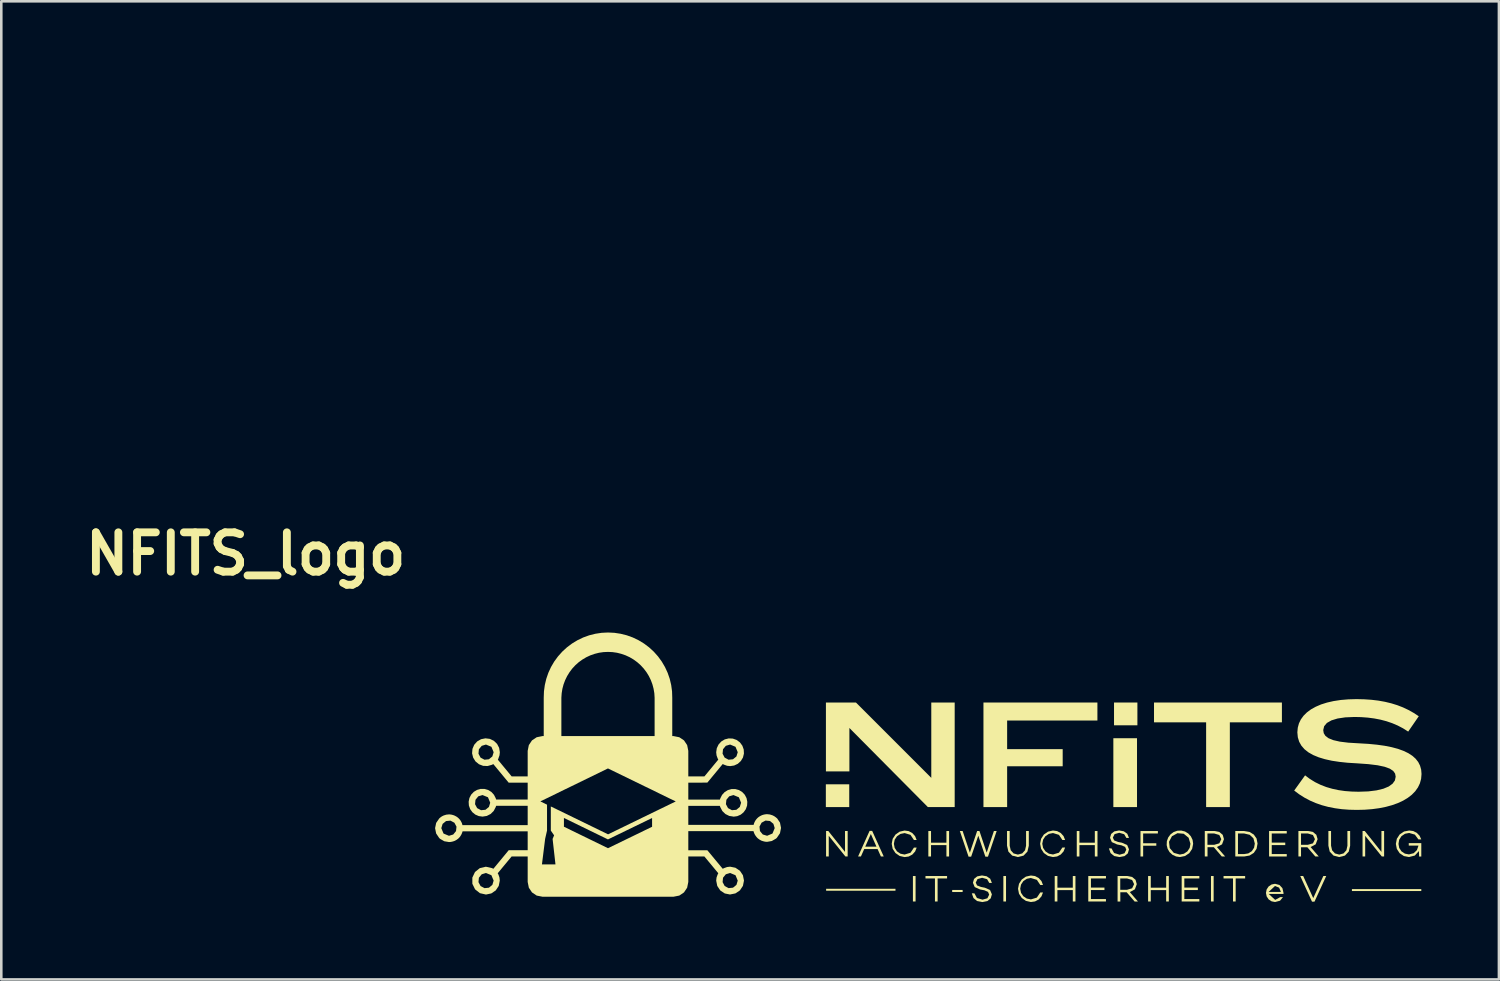
<source format=kicad_pcb>
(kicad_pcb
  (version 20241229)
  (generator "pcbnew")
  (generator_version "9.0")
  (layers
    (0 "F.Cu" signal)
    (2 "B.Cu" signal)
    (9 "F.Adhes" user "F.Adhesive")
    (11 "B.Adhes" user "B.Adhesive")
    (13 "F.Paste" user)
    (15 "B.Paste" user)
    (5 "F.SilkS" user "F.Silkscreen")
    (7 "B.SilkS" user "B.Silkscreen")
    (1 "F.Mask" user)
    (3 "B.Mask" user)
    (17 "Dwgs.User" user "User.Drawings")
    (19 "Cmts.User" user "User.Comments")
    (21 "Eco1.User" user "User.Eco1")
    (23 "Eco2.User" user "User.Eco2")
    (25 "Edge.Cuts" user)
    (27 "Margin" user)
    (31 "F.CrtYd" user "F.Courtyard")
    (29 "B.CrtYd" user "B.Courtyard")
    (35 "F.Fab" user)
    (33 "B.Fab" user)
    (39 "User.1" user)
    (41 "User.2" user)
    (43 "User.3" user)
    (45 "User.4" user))
  (footprint "NFITS_logo"
    (layer "F.Cu")
    (at 6.473 0.25)
    (property "Reference" "NFITS_logo" (at 0 18.168 0) (layer "F.SilkS") (effects (font (size 1.524 1.524) (thickness 0.305))))
    (attr exclude_from_pos_files exclude_from_bom)
    (fp_poly (pts (xy 36.073 28.782) (xy 36.073 28.643) (xy 36.073 28.782)) (stroke (width 0) (type solid)) (fill yes) (layer "F.SilkS"))
    (fp_poly (pts (xy 36.345 28.782) (xy 36.274 28.712) (xy 36.345 28.782)) (stroke (width 0) (type solid)) (fill yes) (layer "F.SilkS"))
    (fp_poly (pts (xy 40.623 31.527) (xy 40.691 31.594) (xy 40.623 31.527)) (stroke (width 0) (type solid)) (fill yes) (layer "F.SilkS"))
    (fp_poly (pts (xy 42.134 31.527) (xy 42.202 31.594) (xy 42.134 31.527)) (stroke (width 0) (type solid)) (fill yes) (layer "F.SilkS"))
    (fp_poly (pts (xy 22.487 27.1) (xy 22.487 27.983) (xy 23.394 27.983) (xy 23.394 27.1) (xy 22.487 27.1)) (stroke (width 0) (type solid)) (fill yes) (layer "F.SilkS"))
    (fp_poly (pts (xy 22.498 31.15) (xy 22.498 31.225) (xy 25.186 31.225) (xy 25.186 31.15) (xy 22.498 31.15)) (stroke (width 0) (type solid)) (fill yes) (layer "F.SilkS"))
    (fp_poly (pts (xy 25.862 30.655) (xy 25.862 31.642) (xy 25.965 31.642) (xy 25.965 30.655) (xy 25.862 30.655)) (stroke (width 0) (type solid)) (fill yes) (layer "F.SilkS"))
    (fp_poly (pts (xy 27.384 31.195) (xy 27.384 31.275) (xy 27.789 31.275) (xy 27.789 31.195) (xy 27.384 31.195)) (stroke (width 0) (type solid)) (fill yes) (layer "F.SilkS"))
    (fp_poly (pts (xy 29.368 30.655) (xy 29.368 31.642) (xy 29.471 31.642) (xy 29.471 30.655) (xy 29.368 30.655)) (stroke (width 0) (type solid)) (fill yes) (layer "F.SilkS"))
    (fp_poly (pts (xy 33.631 25.314) (xy 33.631 27.983) (xy 34.548 27.983) (xy 34.548 25.314) (xy 33.631 25.314)) (stroke (width 0) (type solid)) (fill yes) (layer "F.SilkS"))
    (fp_poly (pts (xy 33.657 23.93) (xy 33.657 24.813) (xy 34.563 24.813) (xy 34.563 23.93) (xy 33.657 23.93)) (stroke (width 0) (type solid)) (fill yes) (layer "F.SilkS"))
    (fp_poly (pts (xy 37.415 30.655) (xy 37.415 31.642) (xy 37.518 31.642) (xy 37.518 30.655) (xy 37.415 30.655)) (stroke (width 0) (type solid)) (fill yes) (layer "F.SilkS"))
    (fp_poly (pts (xy 42.878 31.162) (xy 42.878 31.237) (xy 45.567 31.237) (xy 45.567 31.162) (xy 42.878 31.162)) (stroke (width 0) (type solid)) (fill yes) (layer "F.SilkS"))
    (fp_poly (pts (xy 41.379 31.511) (xy 40.989 30.655) (xy 40.875 30.655) (xy 41.331 31.649) (xy 41.427 31.649) (xy 41.882 30.655) (xy 41.77 30.655) (xy 41.379 31.511)) (stroke (width 0) (type solid)) (fill yes) (layer "F.SilkS"))
    (fp_poly (pts (xy 26.349 30.749) (xy 26.716 30.749) (xy 26.716 31.642) (xy 26.819 31.642) (xy 26.819 30.749) (xy 27.186 30.749) (xy 27.186 30.655) (xy 26.349 30.655) (xy 26.349 30.749)) (stroke (width 0) (type solid)) (fill yes) (layer "F.SilkS"))
    (fp_poly (pts (xy 37.902 30.749) (xy 38.269 30.749) (xy 38.269 31.642) (xy 38.372 31.642) (xy 38.372 30.749) (xy 38.739 30.749) (xy 38.739 30.655) (xy 37.902 30.655) (xy 37.902 30.749)) (stroke (width 0) (type solid)) (fill yes) (layer "F.SilkS"))
    (fp_poly (pts (xy 38.146 27.983) (xy 37.227 27.983) (xy 37.227 24.698) (xy 35.207 24.698) (xy 35.207 23.93) (xy 40.164 23.93) (xy 40.164 24.698) (xy 38.146 24.698) (xy 38.146 27.983)) (stroke (width 0) (type solid)) (fill yes) (layer "F.SilkS"))
    (fp_poly (pts (xy 23.23 29.721) (xy 22.582 28.911) (xy 22.496 28.911) (xy 22.496 29.898) (xy 22.6 29.898) (xy 22.6 29.097) (xy 23.245 29.898) (xy 23.333 29.898) (xy 23.333 28.911) (xy 23.23 28.911) (xy 23.23 29.721)) (stroke (width 0) (type solid)) (fill yes) (layer "F.SilkS"))
    (fp_poly (pts (xy 26.574 23.93) (xy 26.574 26.85) (xy 23.654 23.93) (xy 22.49 23.93) (xy 22.49 26.6) (xy 23.4 26.6) (xy 23.4 24.917) (xy 26.442 27.983) (xy 27.481 27.983) (xy 27.481 23.93) (xy 26.574 23.93)) (stroke (width 0) (type solid)) (fill yes) (layer "F.SilkS"))
    (fp_poly (pts (xy 33.013 23.93) (xy 33.013 24.628) (xy 29.514 24.628) (xy 29.514 25.737) (xy 31.667 25.737) (xy 31.667 26.401) (xy 29.514 26.401) (xy 29.514 27.983) (xy 28.596 27.983) (xy 28.596 23.93) (xy 33.013 23.93)) (stroke (width 0) (type solid)) (fill yes) (layer "F.SilkS"))
    (fp_poly (pts (xy 35.296 29.385) (xy 34.786 29.385) (xy 34.786 29.006) (xy 35.357 29.006) (xy 35.357 28.911) (xy 34.683 28.911) (xy 34.683 29.898) (xy 34.786 29.898) (xy 34.786 29.48) (xy 35.296 29.48) (xy 35.296 29.385)) (stroke (width 0) (type solid)) (fill yes) (layer "F.SilkS"))
    (fp_poly (pts (xy 44.022 29.721) (xy 43.375 28.911) (xy 43.29 28.911) (xy 43.29 29.898) (xy 43.392 29.898) (xy 43.392 29.097) (xy 44.037 29.898) (xy 44.126 29.898) (xy 44.126 28.911) (xy 44.022 28.911) (xy 44.022 29.721)) (stroke (width 0) (type solid)) (fill yes) (layer "F.SilkS"))
    (fp_poly (pts (xy 27.161 29.363) (xy 26.564 29.363) (xy 26.564 28.911) (xy 26.46 28.911) (xy 26.46 29.898) (xy 26.564 29.898) (xy 26.564 29.457) (xy 27.161 29.457) (xy 27.161 29.898) (xy 27.264 29.898) (xy 27.264 28.911) (xy 27.161 28.911) (xy 27.161 29.363)) (stroke (width 0) (type solid)) (fill yes) (layer "F.SilkS"))
    (fp_poly (pts (xy 32.059 31.107) (xy 31.462 31.107) (xy 31.462 30.655) (xy 31.358 30.655) (xy 31.358 31.642) (xy 31.462 31.642) (xy 31.462 31.201) (xy 32.059 31.201) (xy 32.059 31.642) (xy 32.162 31.642) (xy 32.162 30.655) (xy 32.059 30.655) (xy 32.059 31.107)) (stroke (width 0) (type solid)) (fill yes) (layer "F.SilkS"))
    (fp_poly (pts (xy 32.659 31.642) (xy 33.344 31.642) (xy 33.344 31.548) (xy 32.762 31.548) (xy 32.762 31.199) (xy 33.286 31.199) (xy 33.286 31.103) (xy 32.762 31.103) (xy 32.762 30.749) (xy 33.344 30.749) (xy 33.344 30.655) (xy 32.659 30.655) (xy 32.659 31.642)) (stroke (width 0) (type solid)) (fill yes) (layer "F.SilkS"))
    (fp_poly (pts (xy 32.913 29.898) (xy 33.016 29.898) (xy 33.016 28.911) (xy 32.913 28.911) (xy 32.913 29.363) (xy 32.316 29.363) (xy 32.316 28.911) (xy 32.213 28.911) (xy 32.213 29.898) (xy 32.316 29.898) (xy 32.316 29.457) (xy 32.913 29.457) (xy 32.913 29.898)) (stroke (width 0) (type solid)) (fill yes) (layer "F.SilkS"))
    (fp_poly (pts (xy 35.678 31.107) (xy 35.081 31.107) (xy 35.081 30.655) (xy 34.978 30.655) (xy 34.978 31.642) (xy 35.081 31.642) (xy 35.081 31.201) (xy 35.678 31.201) (xy 35.678 31.642) (xy 35.781 31.642) (xy 35.781 30.655) (xy 35.678 30.655) (xy 35.678 31.107)) (stroke (width 0) (type solid)) (fill yes) (layer "F.SilkS"))
    (fp_poly (pts (xy 36.279 31.642) (xy 36.964 31.642) (xy 36.964 31.548) (xy 36.382 31.548) (xy 36.382 31.199) (xy 36.906 31.199) (xy 36.906 31.103) (xy 36.382 31.103) (xy 36.382 30.749) (xy 36.964 30.749) (xy 36.964 30.655) (xy 36.279 30.655) (xy 36.279 31.642)) (stroke (width 0) (type solid)) (fill yes) (layer "F.SilkS"))
    (fp_poly (pts (xy 39.667 29.898) (xy 40.352 29.898) (xy 40.352 29.804) (xy 39.77 29.804) (xy 39.77 29.456) (xy 40.294 29.456) (xy 40.294 29.36) (xy 39.77 29.36) (xy 39.77 29.006) (xy 40.352 29.006) (xy 40.352 28.911) (xy 39.667 28.911) (xy 39.667 29.898)) (stroke (width 0) (type solid)) (fill yes) (layer "F.SilkS"))
    (fp_poly (pts (xy 24.183 28.904) (xy 23.736 29.898) (xy 23.846 29.898) (xy 23.974 29.611) (xy 24.014 29.611) (xy 24.014 29.517) (xy 24.231 29.027) (xy 24.449 29.517) (xy 24.014 29.517) (xy 24.014 29.611) (xy 24.493 29.611) (xy 24.621 29.898) (xy 24.731 29.898) (xy 24.282 28.904) (xy 24.183 28.904)) (stroke (width 0) (type solid)) (fill yes) (layer "F.SilkS"))
    (fp_poly (pts (xy 28.721 29.749) (xy 28.441 28.911) (xy 28.351 28.911) (xy 28.069 29.75) (xy 27.789 28.911) (xy 27.681 28.911) (xy 28.019 29.906) (xy 28.119 29.906) (xy 28.396 29.091) (xy 28.67 29.906) (xy 28.772 29.906) (xy 28.772 29.903) (xy 29.108 28.911) (xy 29.001 28.911) (xy 28.721 29.749)) (stroke (width 0) (type solid)) (fill yes) (layer "F.SilkS"))
    (fp_poly (pts (xy 30.354 29.479) (xy 30.354 28.911) (xy 30.248 28.911) (xy 30.248 29.479) (xy 30.208 29.656) (xy 30.097 29.779) (xy 29.931 29.824) (xy 29.764 29.779) (xy 29.653 29.656) (xy 29.613 29.479) (xy 29.613 28.911) (xy 29.51 28.911) (xy 29.51 29.479) (xy 29.563 29.709) (xy 29.709 29.863) (xy 29.93 29.92) (xy 30.151 29.864) (xy 30.3 29.709) (xy 30.354 29.479)) (stroke (width 0) (type solid)) (fill yes) (layer "F.SilkS"))
    (fp_poly (pts (xy 42.704 29.479) (xy 42.664 29.656) (xy 42.553 29.779) (xy 42.386 29.824) (xy 42.22 29.779) (xy 42.109 29.656) (xy 42.069 29.479) (xy 42.069 28.911) (xy 41.966 28.911) (xy 41.966 29.479) (xy 42.018 29.709) (xy 42.165 29.863) (xy 42.385 29.92) (xy 42.607 29.863) (xy 42.755 29.709) (xy 42.809 29.479) (xy 42.809 28.911) (xy 42.703 28.911) (xy 42.704 29.479)) (stroke (width 0) (type solid)) (fill yes) (layer "F.SilkS"))
    (fp_poly (pts (xy 34.539 30.97) (xy 34.491 30.801) (xy 34.359 30.692) (xy 34.162 30.653) (xy 33.795 30.653) (xy 33.795 31.644) (xy 33.898 31.644) (xy 33.898 31.189) (xy 33.898 30.749) (xy 34.16 30.749) (xy 34.358 30.808) (xy 34.436 30.97) (xy 34.358 31.131) (xy 34.16 31.189) (xy 33.898 31.189) (xy 33.898 31.644) (xy 33.901 31.644) (xy 33.901 31.285) (xy 34.147 31.285) (xy 34.456 31.644) (xy 34.585 31.644) (xy 34.268 31.277) (xy 34.465 31.171) (xy 34.539 30.97)) (stroke (width 0) (type solid)) (fill yes) (layer "F.SilkS"))
    (fp_poly (pts (xy 37.645 29.531) (xy 37.844 29.427) (xy 37.918 29.226) (xy 37.87 29.058) (xy 37.739 28.948) (xy 37.542 28.909) (xy 37.175 28.909) (xy 37.175 29.898) (xy 37.278 29.898) (xy 37.278 29.445) (xy 37.278 29.006) (xy 37.54 29.006) (xy 37.737 29.064) (xy 37.815 29.226) (xy 37.738 29.388) (xy 37.54 29.445) (xy 37.278 29.445) (xy 37.278 29.898) (xy 37.281 29.898) (xy 37.281 29.539) (xy 37.526 29.539) (xy 37.835 29.898) (xy 37.965 29.898) (xy 37.645 29.531)) (stroke (width 0) (type solid)) (fill yes) (layer "F.SilkS"))
    (fp_poly (pts (xy 38.701 28.911) (xy 38.358 28.911) (xy 38.358 29.898) (xy 38.701 29.898) (xy 38.701 29.804) (xy 38.461 29.804) (xy 38.461 29.006) (xy 38.701 29.006) (xy 38.916 29.057) (xy 39.061 29.195) (xy 39.114 29.398) (xy 39.086 29.557) (xy 38.997 29.692) (xy 38.86 29.779) (xy 38.701 29.804) (xy 38.701 29.898) (xy 38.911 29.861) (xy 39.075 29.758) (xy 39.182 29.6) (xy 39.22 29.397) (xy 39.182 29.201) (xy 39.075 29.048) (xy 38.911 28.947) (xy 38.701 28.911)) (stroke (width 0) (type solid)) (fill yes) (layer "F.SilkS"))
    (fp_poly (pts (xy 40.905 29.54) (xy 41.15 29.54) (xy 41.169 29.562) (xy 41.169 29.445) (xy 40.905 29.445) (xy 40.905 29.006) (xy 41.169 29.006) (xy 41.367 29.064) (xy 41.445 29.226) (xy 41.368 29.388) (xy 41.169 29.445) (xy 41.169 29.562) (xy 41.46 29.898) (xy 41.593 29.898) (xy 41.275 29.531) (xy 41.473 29.427) (xy 41.548 29.226) (xy 41.499 29.058) (xy 41.368 28.948) (xy 41.172 28.909) (xy 40.804 28.909) (xy 40.804 29.898) (xy 40.905 29.898) (xy 40.905 29.54)) (stroke (width 0) (type solid)) (fill yes) (layer "F.SilkS"))
    (fp_poly (pts (xy 39.899 30.956) (xy 39.764 30.983) (xy 39.649 31.06) (xy 39.573 31.174) (xy 39.546 31.31) (xy 39.573 31.445) (xy 39.649 31.56) (xy 39.651 31.561) (xy 39.651 31.271) (xy 39.897 31.041) (xy 40.056 31.106) (xy 40.126 31.271) (xy 39.651 31.271) (xy 39.651 31.561) (xy 39.764 31.636) (xy 39.899 31.663) (xy 40.092 31.612) (xy 40.204 31.474) (xy 40.098 31.474) (xy 39.904 31.58) (xy 39.653 31.35) (xy 40.22 31.35) (xy 40.22 31.348) (xy 40.226 31.35) (xy 40.226 31.309) (xy 40.184 31.125) (xy 40.069 31.002) (xy 39.899 30.956)) (stroke (width 0) (type solid)) (fill yes) (layer "F.SilkS"))
    (fp_poly (pts (xy 25.538 28.989) (xy 25.767 29.059) (xy 25.901 29.258) (xy 26.006 29.258) (xy 25.946 29.109) (xy 25.839 28.99) (xy 25.697 28.914) (xy 25.538 28.892) (xy 25.346 28.936) (xy 25.185 29.049) (xy 25.077 29.214) (xy 25.04 29.407) (xy 25.077 29.6) (xy 25.185 29.764) (xy 25.346 29.877) (xy 25.538 29.921) (xy 25.698 29.899) (xy 25.84 29.823) (xy 25.948 29.703) (xy 26.008 29.553) (xy 25.902 29.553) (xy 25.769 29.753) (xy 25.539 29.822) (xy 25.38 29.79) (xy 25.245 29.7) (xy 25.155 29.565) (xy 25.124 29.406) (xy 25.155 29.247) (xy 25.245 29.113) (xy 25.38 29.023) (xy 25.539 28.991) (xy 25.538 28.989)) (stroke (width 0) (type solid)) (fill yes) (layer "F.SilkS"))
    (fp_poly (pts (xy 31.761 29.551) (xy 31.655 29.551) (xy 31.522 29.751) (xy 31.292 29.82) (xy 31.133 29.789) (xy 30.998 29.698) (xy 30.908 29.564) (xy 30.876 29.405) (xy 30.908 29.246) (xy 30.998 29.111) (xy 31.133 29.021) (xy 31.292 28.989) (xy 31.522 29.059) (xy 31.655 29.258) (xy 31.761 29.258) (xy 31.701 29.108) (xy 31.593 28.988) (xy 31.45 28.913) (xy 31.29 28.891) (xy 31.29 28.891) (xy 31.098 28.935) (xy 30.937 29.047) (xy 30.83 29.212) (xy 30.792 29.405) (xy 30.83 29.598) (xy 30.937 29.763) (xy 31.098 29.875) (xy 31.29 29.919) (xy 31.45 29.897) (xy 31.593 29.821) (xy 31.701 29.701) (xy 31.761 29.551)) (stroke (width 0) (type solid)) (fill yes) (layer "F.SilkS"))
    (fp_poly (pts (xy 28.545 30.723) (xy 28.737 30.777) (xy 28.821 30.922) (xy 28.923 30.922) (xy 28.857 30.76) (xy 28.721 30.665) (xy 28.538 30.633) (xy 28.354 30.669) (xy 28.232 30.767) (xy 28.188 30.916) (xy 28.257 31.083) (xy 28.461 31.175) (xy 28.633 31.208) (xy 28.773 31.27) (xy 28.818 31.376) (xy 28.749 31.518) (xy 28.56 31.571) (xy 28.344 31.507) (xy 28.246 31.327) (xy 28.145 31.327) (xy 28.209 31.509) (xy 28.349 31.624) (xy 28.555 31.664) (xy 28.749 31.626) (xy 28.876 31.522) (xy 28.923 31.365) (xy 28.851 31.196) (xy 28.649 31.108) (xy 28.499 31.078) (xy 28.349 31.02) (xy 28.297 30.91) (xy 28.365 30.774) (xy 28.545 30.723)) (stroke (width 0) (type solid)) (fill yes) (layer "F.SilkS"))
    (fp_poly (pts (xy 34.237 29.621) (xy 34.166 29.452) (xy 33.962 29.364) (xy 33.813 29.335) (xy 33.663 29.276) (xy 33.611 29.167) (xy 33.679 29.03) (xy 33.86 28.979) (xy 34.051 29.034) (xy 34.135 29.178) (xy 34.237 29.178) (xy 34.171 29.017) (xy 34.035 28.921) (xy 33.852 28.889) (xy 33.667 28.925) (xy 33.546 29.024) (xy 33.502 29.172) (xy 33.571 29.34) (xy 33.775 29.431) (xy 33.947 29.465) (xy 34.087 29.526) (xy 34.132 29.633) (xy 34.063 29.774) (xy 33.874 29.828) (xy 33.658 29.763) (xy 33.56 29.584) (xy 33.459 29.584) (xy 33.523 29.765) (xy 33.663 29.88) (xy 33.87 29.92) (xy 34.064 29.883) (xy 34.191 29.779) (xy 34.237 29.621)) (stroke (width 0) (type solid)) (fill yes) (layer "F.SilkS"))
    (fp_poly (pts (xy 30.436 30.733) (xy 30.665 30.802) (xy 30.799 31.002) (xy 30.904 31.002) (xy 30.845 30.852) (xy 30.737 30.732) (xy 30.594 30.656) (xy 30.434 30.635) (xy 30.434 30.635) (xy 30.242 30.678) (xy 30.081 30.791) (xy 29.974 30.956) (xy 29.936 31.149) (xy 29.974 31.342) (xy 30.081 31.506) (xy 30.242 31.619) (xy 30.434 31.663) (xy 30.434 31.663) (xy 30.594 31.64) (xy 30.737 31.564) (xy 30.845 31.443) (xy 30.904 31.292) (xy 30.799 31.292) (xy 30.665 31.492) (xy 30.436 31.561) (xy 30.277 31.529) (xy 30.142 31.439) (xy 30.052 31.305) (xy 30.02 31.146) (xy 30.052 30.987) (xy 30.142 30.852) (xy 30.277 30.762) (xy 30.436 30.73) (xy 30.436 30.733)) (stroke (width 0) (type solid)) (fill yes) (layer "F.SilkS"))
    (fp_poly (pts (xy 9.313 31.373) (xy 9.257 31.36) (xy 9.257 31.125) (xy 9.428 31.108) (xy 9.561 30.998) (xy 9.611 30.833) (xy 9.523 30.623) (xy 9.313 30.537) (xy 9.148 30.588) (xy 9.039 30.721) (xy 9.023 30.893) (xy 9.105 31.044) (xy 9.257 31.125) (xy 9.257 31.36) (xy 9.079 31.32) (xy 8.891 31.171) (xy 8.786 30.956) (xy 8.785 30.716) (xy 8.888 30.499) (xy 9.075 30.349) (xy 9.309 30.294) (xy 9.543 30.347) (xy 9.601 30.374) (xy 10.195 29.654) (xy 11.372 29.654) (xy 11.372 29.898) (xy 10.307 29.898) (xy 9.768 30.548) (xy 9.796 30.597) (xy 9.836 30.712) (xy 9.849 30.833) (xy 9.808 31.039) (xy 9.692 31.213) (xy 9.519 31.33) (xy 9.313 31.373)) (stroke (width 0) (type solid)) (fill yes) (layer "F.SilkS"))
    (fp_poly (pts (xy 36.724 29.405) (xy 36.702 29.255) (xy 36.637 29.119) (xy 36.536 29.007) (xy 36.407 28.929) (xy 36.26 28.893) (xy 36.109 28.9) (xy 35.967 28.951) (xy 35.846 29.041) (xy 35.756 29.163) (xy 35.705 29.305) (xy 35.698 29.456) (xy 35.735 29.602) (xy 35.812 29.731) (xy 35.924 29.833) (xy 36.061 29.897) (xy 36.207 29.919) (xy 36.207 29.823) (xy 36.209 29.823) (xy 35.974 29.757) (xy 35.816 29.57) (xy 35.789 29.328) (xy 35.902 29.112) (xy 36.116 28.995) (xy 36.359 29.017) (xy 36.548 29.171) (xy 36.619 29.405) (xy 36.59 29.564) (xy 36.501 29.7) (xy 36.366 29.791) (xy 36.207 29.823) (xy 36.207 29.919) (xy 36.21 29.919) (xy 36.407 29.88) (xy 36.574 29.769) (xy 36.685 29.602) (xy 36.724 29.405)) (stroke (width 0) (type solid)) (fill yes) (layer "F.SilkS"))
    (fp_poly (pts (xy 45.567 29.381) (xy 45.081 29.381) (xy 45.081 29.475) (xy 45.458 29.475) (xy 45.398 29.65) (xy 45.272 29.771) (xy 45.088 29.817) (xy 44.931 29.787) (xy 44.799 29.699) (xy 44.711 29.566) (xy 44.683 29.409) (xy 44.71 29.247) (xy 44.799 29.109) (xy 44.935 29.017) (xy 45.097 28.986) (xy 45.318 29.05) (xy 45.455 29.236) (xy 45.566 29.236) (xy 45.501 29.094) (xy 45.393 28.982) (xy 45.253 28.911) (xy 45.098 28.891) (xy 45.098 28.891) (xy 44.899 28.929) (xy 44.73 29.042) (xy 44.619 29.211) (xy 44.581 29.411) (xy 44.619 29.606) (xy 44.729 29.772) (xy 44.895 29.882) (xy 45.091 29.919) (xy 45.317 29.861) (xy 45.474 29.688) (xy 45.483 29.9) (xy 45.567 29.9) (xy 45.567 29.406) (xy 45.567 29.381)) (stroke (width 0) (type solid)) (fill yes) (layer "F.SilkS"))
    (fp_poly (pts (xy 18.776 31.372) (xy 18.717 31.36) (xy 18.717 31.124) (xy 18.889 31.107) (xy 19.022 30.998) (xy 19.072 30.833) (xy 18.985 30.624) (xy 18.776 30.537) (xy 18.611 30.587) (xy 18.502 30.72) (xy 18.485 30.891) (xy 18.566 31.043) (xy 18.717 31.124) (xy 18.717 31.36) (xy 18.57 31.331) (xy 18.395 31.214) (xy 18.278 31.039) (xy 18.237 30.833) (xy 18.251 30.711) (xy 18.293 30.595) (xy 18.318 30.547) (xy 17.78 29.898) (xy 16.717 29.898) (xy 16.717 29.656) (xy 17.894 29.656) (xy 18.49 30.374) (xy 18.548 30.346) (xy 18.659 30.307) (xy 18.776 30.293) (xy 18.982 30.334) (xy 19.156 30.451) (xy 19.273 30.625) (xy 19.314 30.831) (xy 19.273 31.037) (xy 19.156 31.212) (xy 18.982 31.329) (xy 18.776 31.37) (xy 18.776 31.372)) (stroke (width 0) (type solid)) (fill yes) (layer "F.SilkS"))
    (fp_poly (pts (xy 10.193 27.036) (xy 9.598 26.316) (xy 9.54 26.345) (xy 9.54 26.345) (xy 9.374 26.392) (xy 9.256 26.386) (xy 9.256 26.147) (xy 9.427 26.13) (xy 9.56 26.021) (xy 9.611 25.856) (xy 9.524 25.646) (xy 9.313 25.559) (xy 9.149 25.609) (xy 9.039 25.742) (xy 9.023 25.914) (xy 9.104 26.066) (xy 9.256 26.147) (xy 9.256 26.386) (xy 9.202 26.384) (xy 9.041 26.322) (xy 8.907 26.212) (xy 8.816 26.065) (xy 8.775 25.898) (xy 8.79 25.726) (xy 8.858 25.567) (xy 8.973 25.438) (xy 9.123 25.352) (xy 9.292 25.318) (xy 9.463 25.339) (xy 9.619 25.414) (xy 9.744 25.534) (xy 9.824 25.687) (xy 9.851 25.857) (xy 9.838 25.976) (xy 9.798 26.088) (xy 9.798 26.092) (xy 9.775 26.148) (xy 10.309 26.794) (xy 11.372 26.794) (xy 11.372 27.036) (xy 10.193 27.036)) (stroke (width 0) (type solid)) (fill yes) (layer "F.SilkS"))
    (fp_poly (pts (xy 18.907 28.352) (xy 18.847 28.342) (xy 18.847 28.104) (xy 19.019 28.088) (xy 19.152 27.978) (xy 19.202 27.814) (xy 19.116 27.604) (xy 18.907 27.517) (xy 18.907 27.516) (xy 18.741 27.566) (xy 18.632 27.699) (xy 18.614 27.87) (xy 18.695 28.022) (xy 18.847 28.104) (xy 18.847 28.342) (xy 18.743 28.326) (xy 18.594 28.252) (xy 18.475 28.136) (xy 18.398 27.989) (xy 18.378 27.936) (xy 16.717 27.936) (xy 16.717 27.694) (xy 18.379 27.694) (xy 18.398 27.641) (xy 18.465 27.51) (xy 18.564 27.402) (xy 18.689 27.325) (xy 18.83 27.285) (xy 18.977 27.284) (xy 19.119 27.323) (xy 19.244 27.398) (xy 19.345 27.505) (xy 19.413 27.635) (xy 19.443 27.779) (xy 19.434 27.925) (xy 19.385 28.064) (xy 19.3 28.184) (xy 19.187 28.277) (xy 19.052 28.335) (xy 18.907 28.355) (xy 18.907 28.352)) (stroke (width 0) (type solid)) (fill yes) (layer "F.SilkS"))
    (fp_poly (pts (xy 16.717 27.036) (xy 16.717 26.794) (xy 17.78 26.794) (xy 18.318 26.143) (xy 18.293 26.096) (xy 18.251 25.98) (xy 18.237 25.857) (xy 18.26 25.701) (xy 18.328 25.558) (xy 18.434 25.441) (xy 18.569 25.359) (xy 18.723 25.321) (xy 18.881 25.328) (xy 19.03 25.381) (xy 19.157 25.476) (xy 19.251 25.603) (xy 19.304 25.751) (xy 19.312 25.909) (xy 19.274 26.063) (xy 19.192 26.198) (xy 19.075 26.305) (xy 18.932 26.372) (xy 18.776 26.395) (xy 18.776 26.395) (xy 18.716 26.388) (xy 18.716 26.147) (xy 18.888 26.13) (xy 19.021 26.021) (xy 19.072 25.856) (xy 18.985 25.646) (xy 18.776 25.559) (xy 18.611 25.608) (xy 18.501 25.741) (xy 18.484 25.913) (xy 18.564 26.065) (xy 18.716 26.147) (xy 18.716 26.388) (xy 18.659 26.382) (xy 18.548 26.342) (xy 18.49 26.314) (xy 17.894 27.035) (xy 16.717 27.036)) (stroke (width 0) (type solid)) (fill yes) (layer "F.SilkS"))
    (fp_poly (pts (xy 9.181 28.352) (xy 9.123 28.344) (xy 9.123 28.104) (xy 9.294 28.087) (xy 9.428 27.978) (xy 9.478 27.814) (xy 9.391 27.603) (xy 9.181 27.517) (xy 9.181 27.517) (xy 9.181 27.516) (xy 9.181 27.516) (xy 9.016 27.566) (xy 8.907 27.7) (xy 8.89 27.871) (xy 8.971 28.023) (xy 9.123 28.104) (xy 9.123 28.344) (xy 9.035 28.332) (xy 8.899 28.273) (xy 8.785 28.18) (xy 8.7 28.06) (xy 8.651 27.921) (xy 8.642 27.774) (xy 8.672 27.63) (xy 8.74 27.5) (xy 8.841 27.392) (xy 8.968 27.317) (xy 9.11 27.278) (xy 9.257 27.279) (xy 9.399 27.32) (xy 9.524 27.397) (xy 9.623 27.506) (xy 9.69 27.637) (xy 9.708 27.69) (xy 11.37 27.69) (xy 11.37 27.932) (xy 9.708 27.932) (xy 9.69 27.985) (xy 9.613 28.133) (xy 9.494 28.25) (xy 9.345 28.326) (xy 9.181 28.352) (xy 9.181 28.352)) (stroke (width 0) (type solid)) (fill yes) (layer "F.SilkS"))
    (fp_poly (pts (xy 11.502 25.231) (xy 11.279 25.276) (xy 11.097 25.398) (xy 10.975 25.58) (xy 10.93 25.803) (xy 10.93 30.885) (xy 10.975 31.108) (xy 11.097 31.29) (xy 11.279 31.413) (xy 11.502 31.457) (xy 12.007 31.457) (xy 12.007 30.204) (xy 11.483 30.204) (xy 11.607 29.212) (xy 11.68 28.894) (xy 11.68 27.889) (xy 11.421 27.762) (xy 11.686 27.634) (xy 12.035 27.464) (xy 12.342 27.313) (xy 12.586 27.195) (xy 14.042 26.485) (xy 15.5 27.195) (xy 15.745 27.313) (xy 16.051 27.464) (xy 16.401 27.635) (xy 16.67 27.763) (xy 16.276 27.955) (xy 16.057 28.061) (xy 14.046 29.039) (xy 12.039 28.061) (xy 11.827 27.959) (xy 11.827 28.894) (xy 11.954 29.078) (xy 11.896 29.218) (xy 12.007 30.204) (xy 12.007 31.457) (xy 14.042 31.457) (xy 14.042 29.577) (xy 14.042 29.576) (xy 12.335 28.744) (xy 12.335 28.404) (xy 14.042 29.236) (xy 15.752 28.406) (xy 15.752 28.746) (xy 14.042 29.577) (xy 14.042 31.457) (xy 16.584 31.457) (xy 16.807 31.413) (xy 16.989 31.29) (xy 17.111 31.108) (xy 17.156 30.885) (xy 17.156 25.803) (xy 17.111 25.58) (xy 16.989 25.398) (xy 16.807 25.276) (xy 16.584 25.231) (xy 11.502 25.231)) (stroke (width 0) (type solid)) (fill yes) (layer "F.SilkS"))
    (fp_poly (pts (xy 7.341 28.799) (xy 7.382 29.005) (xy 7.499 29.18) (xy 7.518 29.198) (xy 7.537 29.215) (xy 7.537 29.215) (xy 7.697 29.307) (xy 7.879 29.338) (xy 7.879 29.096) (xy 7.879 29.096) (xy 7.669 29.009) (xy 7.582 28.799) (xy 7.633 28.634) (xy 7.766 28.525) (xy 7.938 28.508) (xy 8.09 28.59) (xy 8.171 28.742) (xy 8.153 28.913) (xy 8.044 29.046) (xy 7.879 29.096) (xy 7.879 29.338) (xy 7.879 29.338) (xy 7.934 29.335) (xy 7.988 29.326) (xy 8.041 29.313) (xy 8.085 29.297) (xy 8.089 29.297) (xy 8.136 29.274) (xy 8.18 29.248) (xy 8.222 29.217) (xy 8.225 29.217) (xy 8.26 29.184) (xy 8.296 29.145) (xy 8.325 29.104) (xy 8.353 29.06) (xy 8.375 29.012) (xy 8.382 28.996) (xy 8.388 28.98) (xy 8.388 28.98) (xy 8.407 28.924) (xy 11.568 28.924) (xy 11.568 28.682) (xy 8.402 28.682) (xy 8.383 28.615) (xy 8.368 28.58) (xy 8.351 28.547) (xy 8.325 28.502) (xy 8.294 28.461) (xy 8.258 28.422) (xy 8.218 28.386) (xy 8.178 28.357) (xy 8.135 28.333) (xy 8.088 28.309) (xy 8.04 28.292) (xy 7.987 28.278) (xy 7.934 28.27) (xy 7.907 28.267) (xy 7.881 28.266) (xy 7.774 28.277) (xy 7.672 28.309) (xy 7.602 28.344) (xy 7.539 28.39) (xy 7.539 28.39) (xy 7.519 28.407) (xy 7.501 28.425) (xy 7.383 28.596) (xy 7.341 28.799) (xy 7.341 28.799) (xy 7.341 28.799)) (stroke (width 0) (type solid)) (fill yes) (layer "F.SilkS"))
    (fp_poly (pts (xy 20.588 28.416) (xy 20.57 28.398) (xy 20.55 28.381) (xy 20.487 28.336) (xy 20.417 28.301) (xy 20.315 28.269) (xy 20.208 28.258) (xy 20.182 28.259) (xy 20.155 28.262) (xy 20.103 28.27) (xy 20.05 28.283) (xy 20.001 28.301) (xy 19.954 28.324) (xy 19.911 28.349) (xy 19.871 28.377) (xy 19.831 28.413) (xy 19.795 28.453) (xy 19.795 28.453) (xy 19.764 28.494) (xy 19.738 28.538) (xy 19.738 28.538) (xy 19.721 28.572) (xy 19.707 28.606) (xy 19.687 28.673) (xy 16.52 28.673) (xy 16.52 28.915) (xy 19.681 28.915) (xy 19.7 28.971) (xy 19.713 29.004) (xy 19.736 29.051) (xy 19.765 29.096) (xy 19.795 29.136) (xy 19.831 29.176) (xy 19.865 29.208) (xy 19.869 29.208) (xy 19.869 29.208) (xy 19.91 29.239) (xy 19.955 29.266) (xy 19.955 29.266) (xy 20.001 29.289) (xy 20.006 29.289) (xy 20.05 29.304) (xy 20.103 29.318) (xy 20.157 29.327) (xy 20.208 29.329) (xy 20.208 29.096) (xy 20.208 29.094) (xy 20.043 29.045) (xy 19.933 28.911) (xy 19.915 28.739) (xy 19.997 28.587) (xy 20.149 28.505) (xy 20.321 28.522) (xy 20.454 28.631) (xy 20.505 28.797) (xy 20.419 29.008) (xy 20.208 29.096) (xy 20.208 29.329) (xy 20.212 29.33) (xy 20.393 29.298) (xy 20.553 29.206) (xy 20.573 29.189) (xy 20.591 29.171) (xy 20.709 28.997) (xy 20.75 28.791) (xy 20.709 28.584) (xy 20.591 28.41) (xy 20.591 28.41) (xy 20.588 28.416) (xy 20.588 28.416)) (stroke (width 0) (type solid)) (fill yes) (layer "F.SilkS"))
    (fp_poly (pts (xy 16.534 25.839) (xy 15.85 25.839) (xy 15.85 23.744) (xy 15.839 23.569) (xy 15.81 23.396) (xy 15.765 23.226) (xy 15.704 23.062) (xy 15.627 22.904) (xy 15.535 22.755) (xy 15.429 22.615) (xy 15.31 22.486) (xy 15.179 22.369) (xy 15.038 22.266) (xy 14.887 22.176) (xy 14.728 22.102) (xy 14.562 22.044) (xy 14.392 22.001) (xy 14.218 21.976) (xy 14.043 21.968) (xy 13.868 21.976) (xy 13.695 22.001) (xy 13.524 22.044) (xy 13.359 22.102) (xy 13.2 22.176) (xy 13.049 22.266) (xy 12.907 22.369) (xy 12.776 22.486) (xy 12.657 22.615) (xy 12.552 22.755) (xy 12.46 22.904) (xy 12.383 23.062) (xy 12.321 23.226) (xy 12.276 23.396) (xy 12.248 23.569) (xy 12.236 23.744) (xy 12.236 25.731) (xy 11.552 25.731) (xy 11.552 23.744) (xy 11.552 23.744) (xy 11.561 23.497) (xy 11.594 23.253) (xy 11.651 23.012) (xy 11.731 22.779) (xy 11.834 22.555) (xy 11.959 22.342) (xy 12.105 22.143) (xy 12.269 21.959) (xy 12.451 21.792) (xy 12.648 21.644) (xy 12.859 21.516) (xy 13.082 21.409) (xy 13.314 21.325) (xy 13.553 21.265) (xy 13.797 21.228) (xy 14.043 21.216) (xy 14.29 21.228) (xy 14.534 21.265) (xy 14.773 21.325) (xy 15.005 21.409) (xy 15.228 21.516) (xy 15.439 21.644) (xy 15.636 21.792) (xy 15.818 21.959) (xy 15.982 22.143) (xy 16.127 22.342) (xy 16.252 22.555) (xy 16.355 22.779) (xy 16.436 23.012) (xy 16.493 23.253) (xy 16.526 23.497) (xy 16.534 23.744) (xy 16.534 25.839)) (stroke (width 0) (type solid)) (fill yes) (layer "F.SilkS"))
    (fp_poly (pts (xy 42.978 24.49) (xy 42.62 24.505) (xy 42.32 24.55) (xy 42.082 24.623) (xy 41.908 24.722) (xy 41.802 24.848) (xy 41.766 24.998) (xy 41.786 25.119) (xy 41.852 25.224) (xy 41.972 25.314) (xy 42.155 25.388) (xy 42.409 25.446) (xy 42.742 25.487) (xy 43.163 25.512) (xy 43.52 25.533) (xy 43.849 25.565) (xy 44.149 25.607) (xy 44.42 25.661) (xy 44.663 25.726) (xy 44.877 25.804) (xy 45.063 25.893) (xy 45.22 25.995) (xy 45.348 26.109) (xy 45.448 26.237) (xy 45.519 26.378) (xy 45.562 26.532) (xy 45.576 26.701) (xy 45.56 26.888) (xy 45.513 27.062) (xy 45.436 27.222) (xy 45.331 27.37) (xy 45.199 27.505) (xy 45.042 27.626) (xy 44.862 27.734) (xy 44.659 27.828) (xy 44.436 27.908) (xy 44.194 27.974) (xy 43.934 28.026) (xy 43.658 28.063) (xy 43.368 28.085) (xy 43.065 28.092) (xy 42.77 28.085) (xy 42.487 28.064) (xy 42.218 28.027) (xy 41.96 27.976) (xy 41.713 27.91) (xy 41.478 27.828) (xy 41.254 27.731) (xy 41.039 27.617) (xy 40.835 27.488) (xy 40.64 27.342) (xy 41.063 26.753) (xy 41.252 26.895) (xy 41.452 27.017) (xy 41.662 27.12) (xy 41.884 27.206) (xy 42.115 27.273) (xy 42.356 27.325) (xy 42.607 27.361) (xy 42.867 27.381) (xy 43.136 27.388) (xy 43.512 27.375) (xy 43.833 27.335) (xy 44.097 27.271) (xy 44.304 27.185) (xy 44.453 27.077) (xy 44.544 26.951) (xy 44.574 26.806) (xy 44.552 26.686) (xy 44.479 26.582) (xy 44.347 26.494) (xy 44.148 26.421) (xy 43.873 26.362) (xy 43.514 26.318) (xy 43.061 26.286) (xy 42.715 26.265) (xy 42.394 26.231) (xy 42.098 26.186) (xy 41.829 26.126) (xy 41.588 26.053) (xy 41.375 25.965) (xy 41.193 25.862) (xy 41.041 25.742) (xy 40.921 25.605) (xy 40.834 25.451) (xy 40.781 25.278) (xy 40.763 25.086) (xy 40.779 24.907) (xy 40.824 24.74) (xy 40.899 24.585) (xy 41.003 24.442) (xy 41.133 24.313) (xy 41.291 24.196) (xy 41.474 24.094) (xy 41.681 24.005) (xy 41.912 23.932) (xy 42.166 23.874) (xy 42.442 23.832) (xy 42.738 23.807) (xy 43.055 23.798) (xy 43.351 23.805) (xy 43.633 23.824) (xy 43.902 23.856) (xy 44.158 23.902) (xy 44.403 23.961) (xy 44.636 24.033) (xy 44.858 24.119) (xy 45.071 24.22) (xy 45.274 24.334) (xy 45.469 24.462) (xy 45.059 25.057) (xy 44.861 24.931) (xy 44.653 24.822) (xy 44.437 24.73) (xy 44.213 24.654) (xy 43.98 24.593) (xy 43.74 24.547) (xy 43.493 24.515) (xy 43.238 24.496) (xy 42.978 24.49)) (stroke (width 0) (type solid)) (fill yes) (layer "F.SilkS")))
  (gr_rect
    (start -3 -3)
    (end 55.049 34.914)
    (stroke (width 0.1) (type default))
    (fill no)
    (layer "Edge.Cuts")))
</source>
